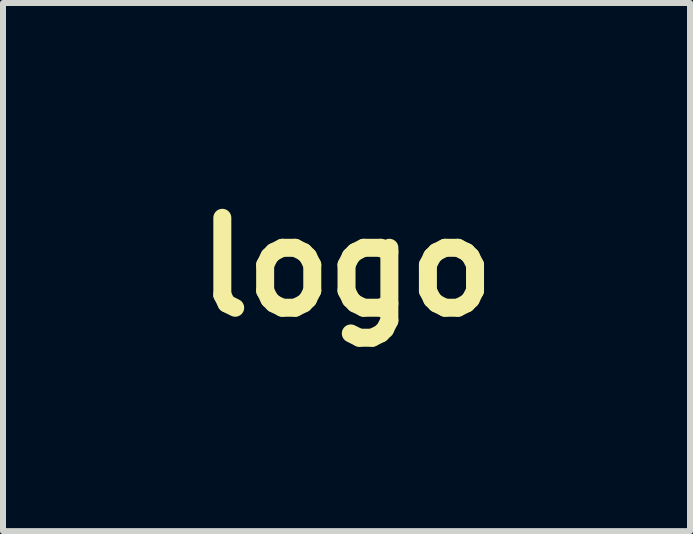
<source format=kicad_pcb>
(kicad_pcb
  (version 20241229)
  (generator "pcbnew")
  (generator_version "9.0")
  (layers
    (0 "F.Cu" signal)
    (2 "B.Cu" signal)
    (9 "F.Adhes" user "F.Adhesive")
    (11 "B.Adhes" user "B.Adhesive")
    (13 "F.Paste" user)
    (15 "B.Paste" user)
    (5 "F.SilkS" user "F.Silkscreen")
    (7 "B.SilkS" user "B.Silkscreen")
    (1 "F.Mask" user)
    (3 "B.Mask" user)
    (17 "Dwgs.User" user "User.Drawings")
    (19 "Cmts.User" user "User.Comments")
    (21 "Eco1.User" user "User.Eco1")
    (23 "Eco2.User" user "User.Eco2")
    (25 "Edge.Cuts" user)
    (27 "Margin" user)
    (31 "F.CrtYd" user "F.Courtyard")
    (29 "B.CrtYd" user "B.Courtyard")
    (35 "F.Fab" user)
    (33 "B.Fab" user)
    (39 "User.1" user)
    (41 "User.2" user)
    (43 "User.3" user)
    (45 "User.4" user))
  (footprint "logo"
    (layer "F.Cu")
    (at 2.729 1.404)
    (property "Reference" "logo" (at 0 0 0) (layer "F.SilkS") (effects (font (size 1.5 1.5) (thickness 0.3))))
    (attr board_only exclude_from_pos_files exclude_from_bom)
    (fp_poly (pts (xy 0.428 -1.311) (xy 0.542 -1.267) (xy 0.674 -1.189) (xy 0.867 -1.059) (xy 0.874 -0.612) (xy 0.882 -0.165) (xy 1.145 -0.165) (xy 1.297 -0.162) (xy 1.402 -0.15) (xy 1.468 -0.128) (xy 1.502 -0.091) (xy 1.513 -0.037) (xy 1.514 -0.028) (xy 1.505 0.029) (xy 1.474 0.068) (xy 1.413 0.093) (xy 1.314 0.106) (xy 1.169 0.11) (xy 1.144 0.11) (xy 0.881 0.11) (xy 0.881 0.48) (xy 0.881 0.851) (xy 1.005 0.924) (xy 1.118 1.003) (xy 1.181 1.077) (xy 1.193 1.144) (xy 1.19 1.152) (xy 1.143 1.217) (xy 1.067 1.236) (xy 0.962 1.208) (xy 0.828 1.135) (xy 0.813 1.125) (xy 0.728 1.067) (xy 0.662 1.016) (xy 0.628 0.984) (xy 0.628 0.983) (xy 0.62 0.945) (xy 0.614 0.862) (xy 0.609 0.746) (xy 0.606 0.607) (xy 0.606 0.543) (xy 0.605 0.401) (xy 0.602 0.281) (xy 0.598 0.191) (xy 0.593 0.143) (xy 0.591 0.138) (xy 0.565 0.153) (xy 0.5 0.195) (xy 0.402 0.261) (xy 0.275 0.347) (xy 0.127 0.449) (xy -0.038 0.562) (xy -0.08 0.592) (xy -0.249 0.708) (xy -0.405 0.813) (xy -0.542 0.903) (xy -0.653 0.975) (xy -0.733 1.023) (xy -0.775 1.045) (xy -0.779 1.046) (xy -0.825 1.044) (xy -0.859 1.033) (xy -0.882 1.007) (xy -0.896 0.956) (xy -0.904 0.874) (xy -0.907 0.754) (xy -0.908 0.586) (xy -0.908 0.561) (xy -0.908 0.11) (xy -1.234 0.11) (xy -1.377 0.109) (xy -1.475 0.105) (xy -1.539 0.096) (xy -1.579 0.082) (xy -1.606 0.06) (xy -1.606 0.06) (xy -1.647 -0.013) (xy -1.644 -0.03) (xy -0.66 -0.03) (xy -0.66 0.158) (xy -0.658 0.327) (xy -0.655 0.469) (xy -0.652 0.577) (xy -0.648 0.643) (xy -0.644 0.66) (xy -0.617 0.646) (xy -0.553 0.605) (xy -0.46 0.543) (xy -0.346 0.466) (xy -0.279 0.421) (xy -0.144 0.327) (xy -0.012 0.236) (xy 0.104 0.156) (xy 0.193 0.094) (xy 0.214 0.08) (xy 0.359 -0.022) (xy -0.117 -0.358) (xy -0.26 -0.459) (xy -0.389 -0.549) (xy -0.497 -0.624) (xy -0.576 -0.677) (xy -0.621 -0.705) (xy -0.626 -0.708) (xy -0.637 -0.701) (xy -0.646 -0.667) (xy -0.652 -0.601) (xy -0.656 -0.498) (xy -0.659 -0.353) (xy -0.66 -0.161) (xy -0.66 -0.03) (xy -1.644 -0.03) (xy -1.634 -0.081) (xy -1.601 -0.12) (xy -1.568 -0.14) (xy -1.516 -0.154) (xy -1.435 -0.161) (xy -1.315 -0.165) (xy -1.23 -0.165) (xy -0.909 -0.165) (xy -0.902 -0.626) (xy -0.894 -1.087) (xy -0.811 -1.095) (xy -0.778 -1.093) (xy -0.733 -1.078) (xy -0.672 -1.047) (xy -0.588 -0.996) (xy -0.476 -0.921) (xy -0.331 -0.821) (xy -0.188 -0.72) (xy -0.029 -0.607) (xy 0.123 -0.5) (xy 0.259 -0.404) (xy 0.371 -0.325) (xy 0.451 -0.269) (xy 0.479 -0.25) (xy 0.605 -0.162) (xy 0.604 -0.542) (xy 0.603 -0.922) (xy 0.439 -1.024) (xy 0.345 -1.088) (xy 0.294 -1.138) (xy 0.276 -1.183) (xy 0.275 -1.191) (xy 0.293 -1.273) (xy 0.344 -1.313)) (stroke (width 0) (type solid)) (fill yes) (layer "F.Mask")))
  (gr_rect
    (start -3 -3)
    (end 8.457 5.808)
    (stroke (width 0.1) (type default))
    (fill no)
    (layer "Edge.Cuts")))
</source>
